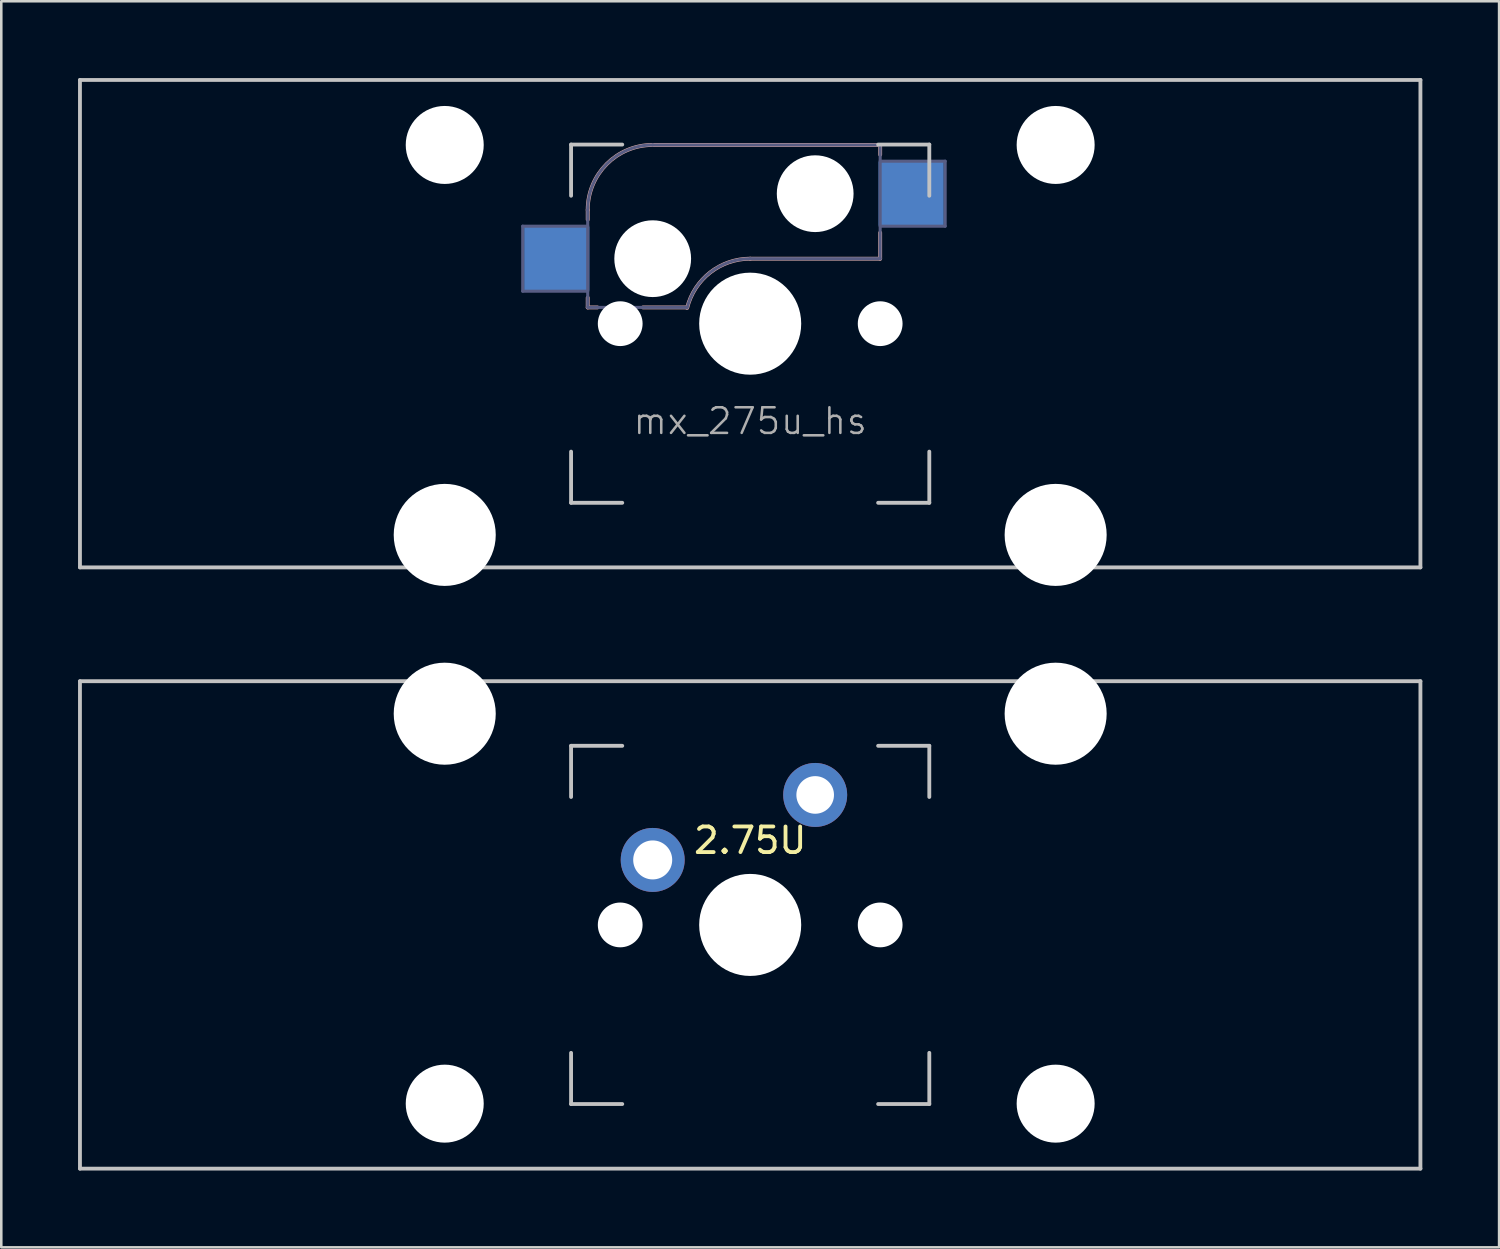
<source format=kicad_pcb>
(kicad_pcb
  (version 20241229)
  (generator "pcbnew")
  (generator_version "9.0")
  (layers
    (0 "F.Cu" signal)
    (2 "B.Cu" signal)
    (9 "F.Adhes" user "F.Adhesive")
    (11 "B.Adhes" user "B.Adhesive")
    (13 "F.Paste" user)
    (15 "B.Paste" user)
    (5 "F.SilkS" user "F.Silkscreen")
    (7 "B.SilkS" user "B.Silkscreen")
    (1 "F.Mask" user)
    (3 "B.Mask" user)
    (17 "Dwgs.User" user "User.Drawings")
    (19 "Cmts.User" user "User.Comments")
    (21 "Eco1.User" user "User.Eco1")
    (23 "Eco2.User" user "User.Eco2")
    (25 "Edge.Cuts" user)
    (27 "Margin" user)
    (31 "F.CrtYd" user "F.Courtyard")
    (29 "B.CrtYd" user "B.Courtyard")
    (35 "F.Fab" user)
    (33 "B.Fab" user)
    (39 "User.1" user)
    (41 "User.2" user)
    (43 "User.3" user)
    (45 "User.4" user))
  (footprint "mx_275u_reverse"
    (layer "F.Cu")
    (at 26.269 33.098)
    (property "Reference" "mx_275u_reverse" (at 0 3.429 0) (layer "Eco1.User") (effects (font (size 1 1) (thickness 0.15))))
    (attr through_hole)
    (fp_line (start -26.194 -9.525) (end 26.194 -9.525) (stroke (width 0.15) (type solid)) (layer "Dwgs.User"))
    (fp_line (start -26.194 9.525) (end -26.194 -9.525) (stroke (width 0.15) (type solid)) (layer "Dwgs.User"))
    (fp_line (start -26.194 9.525) (end 26.194 9.525) (stroke (width 0.15) (type solid)) (layer "Dwgs.User"))
    (fp_line (start -7 -7) (end -7 -5) (stroke (width 0.15) (type solid)) (layer "Dwgs.User"))
    (fp_line (start -7 5) (end -7 7) (stroke (width 0.15) (type solid)) (layer "Dwgs.User"))
    (fp_line (start -7 7) (end -5 7) (stroke (width 0.15) (type solid)) (layer "Dwgs.User"))
    (fp_line (start -5 -7) (end -7 -7) (stroke (width 0.15) (type solid)) (layer "Dwgs.User"))
    (fp_line (start 5 -7) (end 7 -7) (stroke (width 0.15) (type solid)) (layer "Dwgs.User"))
    (fp_line (start 5 7) (end 7 7) (stroke (width 0.15) (type solid)) (layer "Dwgs.User"))
    (fp_line (start 7 -7) (end 7 -5) (stroke (width 0.15) (type solid)) (layer "Dwgs.User"))
    (fp_line (start 7 7) (end 7 5) (stroke (width 0.15) (type solid)) (layer "Dwgs.User"))
    (fp_line (start 26.194 -9.525) (end 26.194 9.525) (stroke (width 0.15) (type solid)) (layer "Dwgs.User"))
    (fp_text user "2.75U" (at 0 -3.302 0) (layer "F.SilkS") (effects (font (size 1 1) (thickness 0.15))))
    (pad "" np_thru_hole circle (at -11.938 -8.255) (size 3.988 3.988) (drill 3.988) (layers "*.Cu" "*.Mask"))
    (pad "" np_thru_hole circle (at -11.938 6.985) (size 3.048 3.048) (drill 3.048) (layers "*.Cu" "*.Mask"))
    (pad "" np_thru_hole circle (at -5.08 0 48.1) (size 1.75 1.75) (drill 1.75) (layers "*.Cu" "*.Mask"))
    (pad "" np_thru_hole circle (at 0 0) (size 3.988 3.988) (drill 3.988) (layers "*.Cu" "*.Mask"))
    (pad "" np_thru_hole circle (at 5.08 0 48.1) (size 1.75 1.75) (drill 1.75) (layers "*.Cu" "*.Mask"))
    (pad "" np_thru_hole circle (at 11.938 -8.255) (size 3.988 3.988) (drill 3.988) (layers "*.Cu" "*.Mask"))
    (pad "" np_thru_hole circle (at 11.938 6.985) (size 3.048 3.048) (drill 3.048) (layers "*.Cu" "*.Mask"))
    (pad "1" thru_hole circle (at -3.81 -2.54) (size 2.5 2.5) (drill 1.524) (layers "*.Cu" "B.Mask"))
    (pad "2" thru_hole circle (at 2.54 -5.08) (size 2.5 2.5) (drill 1.47) (layers "*.Cu" "B.Mask")))
  (footprint "mx_275u_hs"
    (layer "F.Cu")
    (at 26.269 9.6)
    (property "Reference" "mx_275u_hs" (at 0 3.81 0) (unlocked yes) (layer "F.Fab") (effects (font (size 1 1) (thickness 0.1))))
    (attr smd)
    (fp_line (start -6.35 -4.445) (end -6.35 -4.064) (stroke (width 0.15) (type solid)) (layer "B.SilkS"))
    (fp_line (start -6.35 -1.016) (end -6.35 -0.635) (stroke (width 0.15) (type solid)) (layer "B.SilkS"))
    (fp_line (start -5.969 -0.635) (end -6.35 -0.635) (stroke (width 0.15) (type solid)) (layer "B.SilkS"))
    (fp_line (start -3.81 -6.985) (end 5.08 -6.985) (stroke (width 0.15) (type solid)) (layer "B.SilkS"))
    (fp_line (start -2.464 -0.635) (end -4.191 -0.635) (stroke (width 0.15) (type solid)) (layer "B.SilkS"))
    (fp_line (start 5.08 -6.985) (end 5.08 -6.604) (stroke (width 0.15) (type solid)) (layer "B.SilkS"))
    (fp_line (start 5.08 -3.556) (end 5.08 -2.54) (stroke (width 0.15) (type solid)) (layer "B.SilkS"))
    (fp_line (start 5.08 -2.54) (end 0 -2.54) (stroke (width 0.15) (type solid)) (layer "B.SilkS"))
    (fp_arc (start -6.35 -4.444999) (mid -5.606051 -6.24105) (end -3.81 -6.984999) (stroke (width 0.15) (type solid)) (layer "B.SilkS"))
    (fp_arc (start -2.464162 -0.616039) (mid -1.563147 -2.002041) (end 0 -2.539999) (stroke (width 0.15) (type solid)) (layer "B.SilkS"))
    (fp_line (start -26.194 -9.525) (end 26.194 -9.525) (stroke (width 0.15) (type solid)) (layer "Dwgs.User"))
    (fp_line (start -26.194 9.525) (end -26.194 -9.525) (stroke (width 0.15) (type solid)) (layer "Dwgs.User"))
    (fp_line (start -26.194 9.525) (end 26.194 9.525) (stroke (width 0.15) (type solid)) (layer "Dwgs.User"))
    (fp_line (start -7 -7) (end -7 -5) (stroke (width 0.15) (type solid)) (layer "Dwgs.User"))
    (fp_line (start -7 5) (end -7 7) (stroke (width 0.15) (type solid)) (layer "Dwgs.User"))
    (fp_line (start -7 7) (end -5 7) (stroke (width 0.15) (type solid)) (layer "Dwgs.User"))
    (fp_line (start -5 -7) (end -7 -7) (stroke (width 0.15) (type solid)) (layer "Dwgs.User"))
    (fp_line (start 5 -7) (end 7 -7) (stroke (width 0.15) (type solid)) (layer "Dwgs.User"))
    (fp_line (start 5 7) (end 7 7) (stroke (width 0.15) (type solid)) (layer "Dwgs.User"))
    (fp_line (start 7 -7) (end 7 -5) (stroke (width 0.15) (type solid)) (layer "Dwgs.User"))
    (fp_line (start 7 7) (end 7 5) (stroke (width 0.15) (type solid)) (layer "Dwgs.User"))
    (fp_line (start 26.194 -9.525) (end 26.194 9.525) (stroke (width 0.15) (type solid)) (layer "Dwgs.User"))
    (fp_line (start -8.89 -3.81) (end -6.35 -3.81) (stroke (width 0.12) (type solid)) (layer "B.Fab"))
    (fp_line (start -8.89 -1.27) (end -8.89 -3.81) (stroke (width 0.12) (type solid)) (layer "B.Fab"))
    (fp_line (start -6.35 -1.27) (end -8.89 -1.27) (stroke (width 0.12) (type solid)) (layer "B.Fab"))
    (fp_line (start -6.35 -0.635) (end -6.35 -4.445) (stroke (width 0.12) (type solid)) (layer "B.Fab"))
    (fp_line (start -6.35 -0.635) (end -2.54 -0.635) (stroke (width 0.12) (type solid)) (layer "B.Fab"))
    (fp_line (start -3.81 -6.985) (end 5.08 -6.985) (stroke (width 0.12) (type solid)) (layer "B.Fab"))
    (fp_line (start 5.08 -6.985) (end 5.08 -2.54) (stroke (width 0.12) (type solid)) (layer "B.Fab"))
    (fp_line (start 5.08 -6.35) (end 7.62 -6.35) (stroke (width 0.12) (type solid)) (layer "B.Fab"))
    (fp_line (start 5.08 -2.54) (end 0 -2.54) (stroke (width 0.12) (type solid)) (layer "B.Fab"))
    (fp_line (start 7.62 -6.35) (end 7.62 -3.81) (stroke (width 0.12) (type solid)) (layer "B.Fab"))
    (fp_line (start 7.62 -3.81) (end 5.08 -3.81) (stroke (width 0.12) (type solid)) (layer "B.Fab"))
    (fp_arc (start -6.35 -4.444999) (mid -5.606051 -6.24105) (end -3.81 -6.984999) (stroke (width 0.12) (type solid)) (layer "B.Fab"))
    (fp_arc (start -2.464162 -0.616039) (mid -1.563147 -2.002041) (end 0 -2.539999) (stroke (width 0.12) (type solid)) (layer "B.Fab"))
    (pad "" np_thru_hole circle (at -11.938 -6.985) (size 3.048 3.048) (drill 3.048) (layers "*.Cu" "*.Mask"))
    (pad "" np_thru_hole circle (at -11.938 8.255) (size 3.988 3.988) (drill 3.988) (layers "*.Cu" "*.Mask"))
    (pad "" np_thru_hole circle (at -5.08 0 48.1) (size 1.75 1.75) (drill 1.75) (layers "*.Cu" "*.Mask"))
    (pad "" np_thru_hole circle (at -3.81 -2.54) (size 3 3) (drill 3) (layers "*.Cu" "*.Mask"))
    (pad "" np_thru_hole circle (at 0 0) (size 3.988 3.988) (drill 3.988) (layers "*.Cu" "*.Mask"))
    (pad "" np_thru_hole circle (at 2.54 -5.08) (size 3 3) (drill 3) (layers "*.Cu" "*.Mask"))
    (pad "" np_thru_hole circle (at 5.08 0 48.1) (size 1.75 1.75) (drill 1.75) (layers "*.Cu" "*.Mask"))
    (pad "" np_thru_hole circle (at 11.938 -6.985) (size 3.048 3.048) (drill 3.048) (layers "*.Cu" "*.Mask"))
    (pad "" np_thru_hole circle (at 11.938 8.255) (size 3.988 3.988) (drill 3.988) (layers "*.Cu" "*.Mask"))
    (pad "1" smd rect (at -7.56 -2.54) (size 2.55 2.5) (layers "B.Cu" "B.Mask" "B.Paste"))
    (pad "2" smd rect (at 6.29 -5.08) (size 2.55 2.5) (layers "B.Cu" "B.Mask" "B.Paste")))
  (gr_rect
    (start -3 -3)
    (end 55.538 45.698)
    (stroke (width 0.1) (type default))
    (fill no)
    (layer "Edge.Cuts")))
</source>
